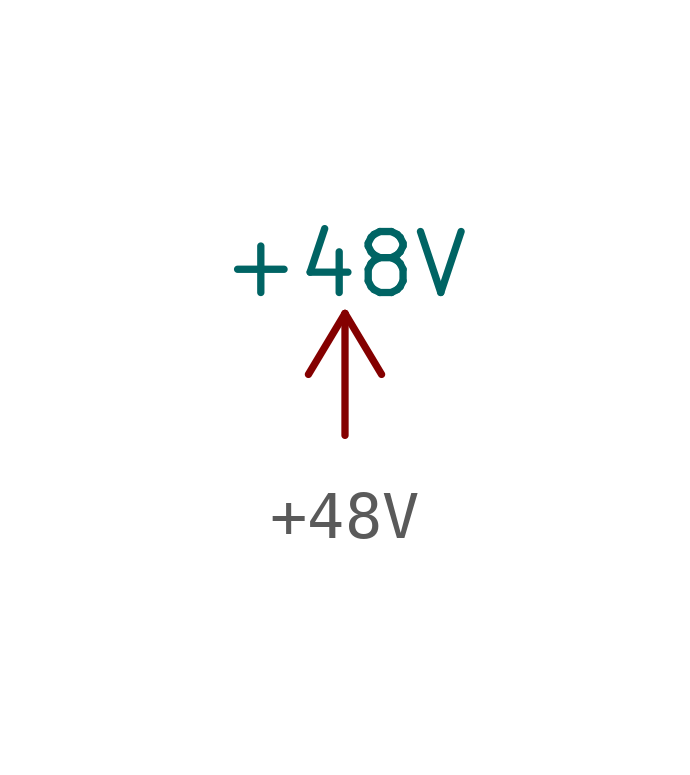
<source format=kicad_sym>
(kicad_symbol_lib
  (version 20220914)
  (generator kicad_symbol_editor)
  (symbol "+48V"
    (power)
    (pin_names
      (offset 0))
    (property "Reference" "#PWR"
      (at 0 -3.81 0)
      (effects (font (size 1.27 1.27)) hide))
    (property "Value" "+48V"
      (at 0 3.556 0)
      (effects (font (size 1.27 1.27))))
    (symbol "+48V_0_1"
      (polyline (pts (xy -0.762 1.27) (xy 0 2.54)) (stroke (width 0) (type default)) (fill (type none)))
      (polyline (pts (xy 0 0) (xy 0 2.54)) (stroke (width 0) (type default)) (fill (type none)))
      (polyline (pts (xy 0 2.54) (xy 0.762 1.27)) (stroke (width 0) (type default)) (fill (type none))))
    (symbol "+48V_1_1"
      (pin power_in line (at 0 0 90) (length 0) hide (name "+48V" (effects (font (size 1.27 1.27)))) (number "1" (effects (font (size 1.27 1.27))))))))
</source>
